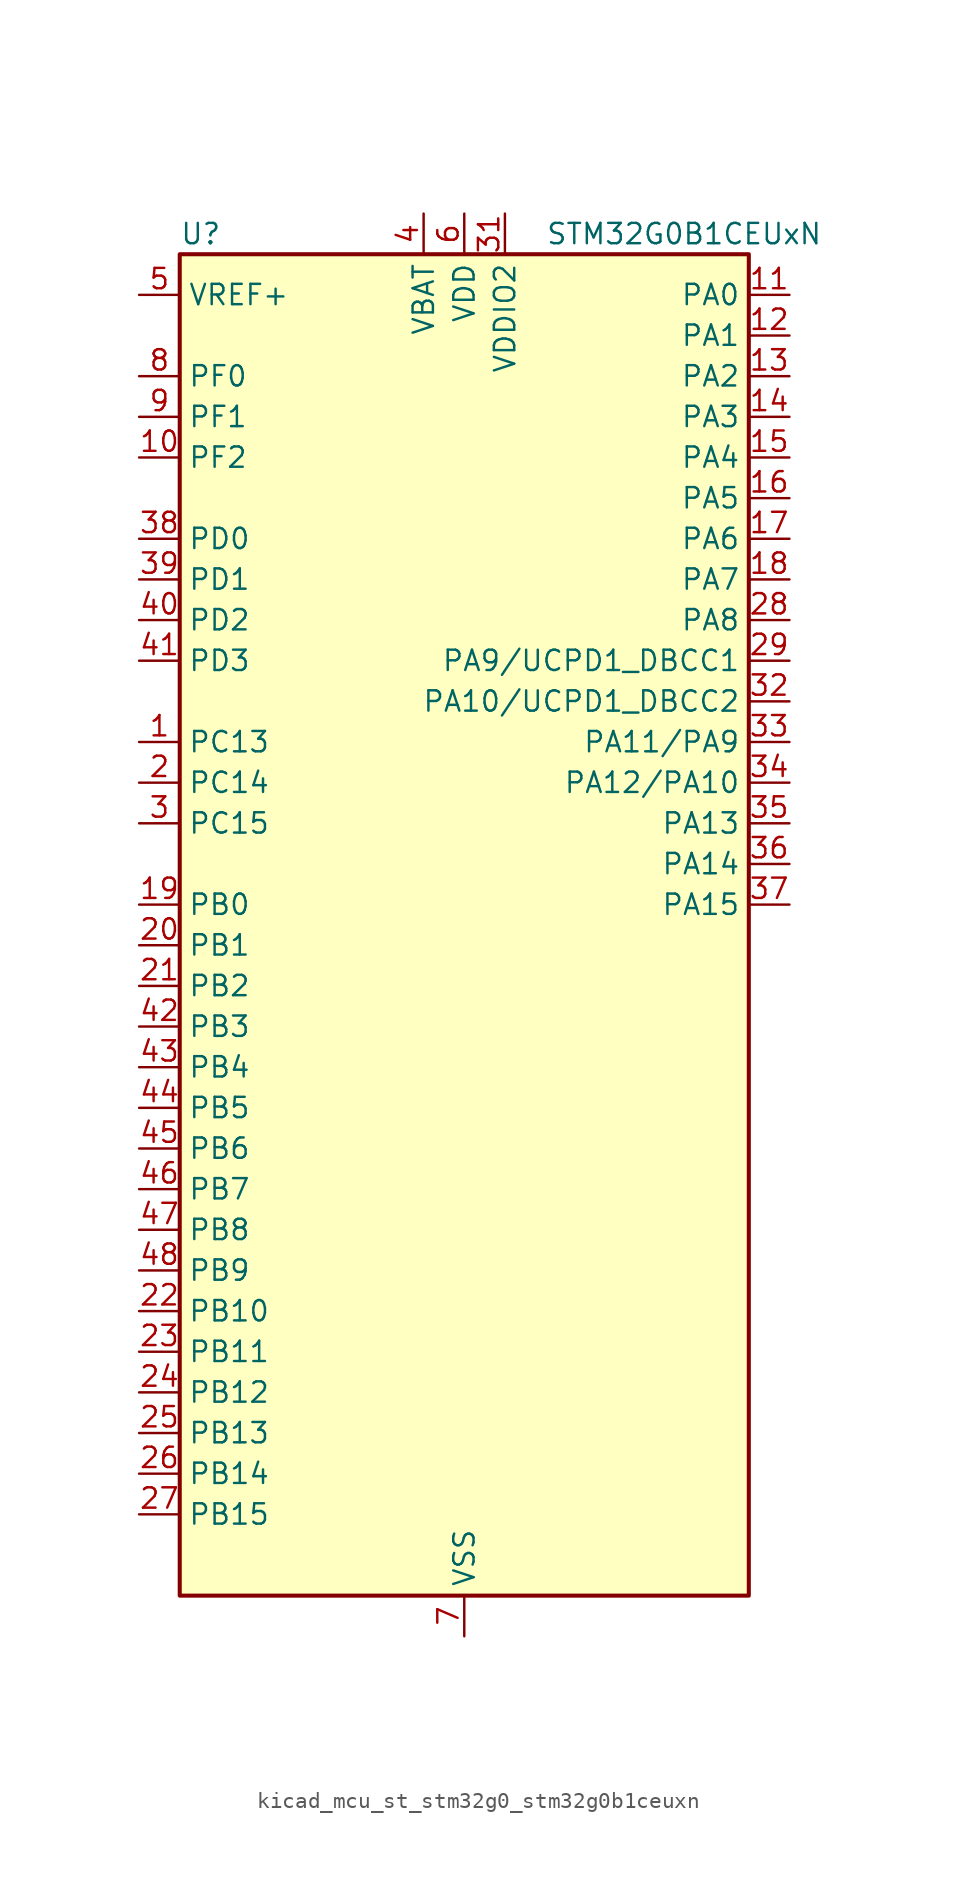
<source format=kicad_sym>
(kicad_symbol_lib
  (version 20220914)
  (generator kicad_symbol_editor)
  (symbol "kicad_mcu_st_stm32g0_stm32g0b1ceuxn"
    (property "Reference" "U"
      (at -17.78 44.45 0)
      (effects (font (size 1.27 1.27)) (justify left)))
    (property "Value" "STM32G0B1CEUxN"
      (at 5.08 44.45 0)
      (effects (font (size 1.27 1.27)) (justify left)))
    (property "ki_locked" ""
      (at 0 0 0)
      (effects (font (size 1.27 1.27))))
    (symbol "kicad_mcu_st_stm32g0_stm32g0b1ceuxn_0_1"
      (rectangle (start -17.78 -40.64) (end 17.78 43.18) (stroke (width 0.254) (type default)) (fill (type background))))
    (symbol "kicad_mcu_st_stm32g0_stm32g0b1ceuxn_1_1"
      (pin bidirectional line (at -20.32 12.7 0) (length 2.54) (name "PC13" (effects (font (size 1.27 1.27)))) (number "1" (effects (font (size 1.27 1.27)))) (alternate "RTC_OUT1" bidirectional line) (alternate "RTC_TAMP_IN1" bidirectional line) (alternate "RTC_TS" bidirectional line) (alternate "SYS_WKUP2" bidirectional line) (alternate "TIM1_BK" bidirectional line))
      (pin bidirectional line (at -20.32 30.48 0) (length 2.54) (name "PF2" (effects (font (size 1.27 1.27)))) (number "10" (effects (font (size 1.27 1.27)))) (alternate "LPUART2_DE" bidirectional line) (alternate "LPUART2_RTS" bidirectional line) (alternate "LPUART2_TX" bidirectional line) (alternate "RCC_MCO" bidirectional line))
      (pin bidirectional line (at 20.32 40.64 180) (length 2.54) (name "PA0" (effects (font (size 1.27 1.27)))) (number "11" (effects (font (size 1.27 1.27)))) (alternate "ADC1_IN0" bidirectional line) (alternate "COMP1_INM" bidirectional line) (alternate "COMP1_OUT" bidirectional line) (alternate "I2S2_CK" bidirectional line) (alternate "LPTIM1_OUT" bidirectional line) (alternate "RTC_TAMP_IN2" bidirectional line) (alternate "SPI2_SCK" bidirectional line) (alternate "SYS_WKUP1" bidirectional line) (alternate "TIM2_CH1" bidirectional line) (alternate "TIM2_ETR" bidirectional line) (alternate "UCPD2_FRSTX1" bidirectional line) (alternate "UCPD2_FRSTX2" bidirectional line) (alternate "USART2_CTS" bidirectional line) (alternate "USART2_NSS" bidirectional line) (alternate "USART4_TX" bidirectional line))
      (pin bidirectional line (at 20.32 38.1 180) (length 2.54) (name "PA1" (effects (font (size 1.27 1.27)))) (number "12" (effects (font (size 1.27 1.27)))) (alternate "ADC1_IN1" bidirectional line) (alternate "COMP1_INP" bidirectional line) (alternate "I2C1_SMBA" bidirectional line) (alternate "I2S1_CK" bidirectional line) (alternate "SPI1_SCK" bidirectional line) (alternate "TIM15_CH1N" bidirectional line) (alternate "TIM2_CH2" bidirectional line) (alternate "USART2_CK" bidirectional line) (alternate "USART2_DE" bidirectional line) (alternate "USART2_RTS" bidirectional line) (alternate "USART4_RX" bidirectional line))
      (pin bidirectional line (at 20.32 35.56 180) (length 2.54) (name "PA2" (effects (font (size 1.27 1.27)))) (number "13" (effects (font (size 1.27 1.27)))) (alternate "ADC1_IN2" bidirectional line) (alternate "COMP2_INM" bidirectional line) (alternate "COMP2_OUT" bidirectional line) (alternate "I2S1_SD" bidirectional line) (alternate "LPUART1_TX" bidirectional line) (alternate "RCC_LSCO" bidirectional line) (alternate "SPI1_MOSI" bidirectional line) (alternate "SYS_WKUP4" bidirectional line) (alternate "TIM15_CH1" bidirectional line) (alternate "TIM2_CH3" bidirectional line) (alternate "UCPD1_FRSTX1" bidirectional line) (alternate "UCPD1_FRSTX2" bidirectional line) (alternate "USART2_TX" bidirectional line))
      (pin bidirectional line (at 20.32 33.02 180) (length 2.54) (name "PA3" (effects (font (size 1.27 1.27)))) (number "14" (effects (font (size 1.27 1.27)))) (alternate "ADC1_IN3" bidirectional line) (alternate "COMP2_INP" bidirectional line) (alternate "I2S2_MCK" bidirectional line) (alternate "LPUART1_RX" bidirectional line) (alternate "SPI2_MISO" bidirectional line) (alternate "TIM15_CH2" bidirectional line) (alternate "TIM2_CH4" bidirectional line) (alternate "UCPD2_FRSTX1" bidirectional line) (alternate "UCPD2_FRSTX2" bidirectional line) (alternate "USART2_RX" bidirectional line))
      (pin bidirectional line (at 20.32 30.48 180) (length 2.54) (name "PA4" (effects (font (size 1.27 1.27)))) (number "15" (effects (font (size 1.27 1.27)))) (alternate "ADC1_IN4" bidirectional line) (alternate "DAC1_OUT1" bidirectional line) (alternate "I2S1_WS" bidirectional line) (alternate "I2S2_SD" bidirectional line) (alternate "LPTIM2_OUT" bidirectional line) (alternate "RTC_OUT2" bidirectional line) (alternate "SPI1_NSS" bidirectional line) (alternate "SPI2_MOSI" bidirectional line) (alternate "SPI3_NSS" bidirectional line) (alternate "TIM14_CH1" bidirectional line) (alternate "UCPD2_FRSTX1" bidirectional line) (alternate "UCPD2_FRSTX2" bidirectional line) (alternate "USART6_TX" bidirectional line) (alternate "USB_NOE" bidirectional line))
      (pin bidirectional line (at 20.32 27.94 180) (length 2.54) (name "PA5" (effects (font (size 1.27 1.27)))) (number "16" (effects (font (size 1.27 1.27)))) (alternate "ADC1_IN5" bidirectional line) (alternate "CEC" bidirectional line) (alternate "DAC1_OUT2" bidirectional line) (alternate "I2S1_CK" bidirectional line) (alternate "LPTIM2_ETR" bidirectional line) (alternate "SPI1_SCK" bidirectional line) (alternate "TIM2_CH1" bidirectional line) (alternate "TIM2_ETR" bidirectional line) (alternate "UCPD1_FRSTX1" bidirectional line) (alternate "UCPD1_FRSTX2" bidirectional line) (alternate "USART3_TX" bidirectional line) (alternate "USART6_RX" bidirectional line))
      (pin bidirectional line (at 20.32 25.4 180) (length 2.54) (name "PA6" (effects (font (size 1.27 1.27)))) (number "17" (effects (font (size 1.27 1.27)))) (alternate "ADC1_IN6" bidirectional line) (alternate "COMP1_OUT" bidirectional line) (alternate "I2C2_SDA" bidirectional line) (alternate "I2C3_SDA" bidirectional line) (alternate "I2S1_MCK" bidirectional line) (alternate "LPUART1_CTS" bidirectional line) (alternate "SPI1_MISO" bidirectional line) (alternate "TIM16_CH1" bidirectional line) (alternate "TIM1_BK" bidirectional line) (alternate "TIM3_CH1" bidirectional line) (alternate "USART3_CTS" bidirectional line) (alternate "USART3_NSS" bidirectional line) (alternate "USART6_CTS" bidirectional line) (alternate "USART6_NSS" bidirectional line))
      (pin bidirectional line (at 20.32 22.86 180) (length 2.54) (name "PA7" (effects (font (size 1.27 1.27)))) (number "18" (effects (font (size 1.27 1.27)))) (alternate "ADC1_IN7" bidirectional line) (alternate "COMP2_OUT" bidirectional line) (alternate "I2C2_SCL" bidirectional line) (alternate "I2C3_SCL" bidirectional line) (alternate "I2S1_SD" bidirectional line) (alternate "SPI1_MOSI" bidirectional line) (alternate "TIM14_CH1" bidirectional line) (alternate "TIM17_CH1" bidirectional line) (alternate "TIM1_CH1N" bidirectional line) (alternate "TIM3_CH2" bidirectional line) (alternate "UCPD1_FRSTX1" bidirectional line) (alternate "UCPD1_FRSTX2" bidirectional line) (alternate "USART6_CK" bidirectional line) (alternate "USART6_DE" bidirectional line) (alternate "USART6_RTS" bidirectional line))
      (pin bidirectional line (at -20.32 2.54 0) (length 2.54) (name "PB0" (effects (font (size 1.27 1.27)))) (number "19" (effects (font (size 1.27 1.27)))) (alternate "ADC1_IN8" bidirectional line) (alternate "COMP1_OUT" bidirectional line) (alternate "COMP3_INP" bidirectional line) (alternate "FDCAN2_RX" bidirectional line) (alternate "I2S1_WS" bidirectional line) (alternate "LPTIM1_OUT" bidirectional line) (alternate "LPUART2_CTS" bidirectional line) (alternate "SPI1_NSS" bidirectional line) (alternate "TIM1_CH2N" bidirectional line) (alternate "TIM3_CH3" bidirectional line) (alternate "UCPD1_FRSTX1" bidirectional line) (alternate "UCPD1_FRSTX2" bidirectional line) (alternate "USART3_RX" bidirectional line) (alternate "USART5_TX" bidirectional line))
      (pin bidirectional line (at -20.32 10.16 0) (length 2.54) (name "PC14" (effects (font (size 1.27 1.27)))) (number "2" (effects (font (size 1.27 1.27)))) (alternate "RCC_OSC32_IN" bidirectional line) (alternate "TIM1_BK2" bidirectional line))
      (pin bidirectional line (at -20.32 0 0) (length 2.54) (name "PB1" (effects (font (size 1.27 1.27)))) (number "20" (effects (font (size 1.27 1.27)))) (alternate "ADC1_IN9" bidirectional line) (alternate "COMP1_INM" bidirectional line) (alternate "COMP3_OUT" bidirectional line) (alternate "FDCAN2_TX" bidirectional line) (alternate "LPTIM2_IN1" bidirectional line) (alternate "LPUART1_DE" bidirectional line) (alternate "LPUART1_RTS" bidirectional line) (alternate "LPUART2_DE" bidirectional line) (alternate "LPUART2_RTS" bidirectional line) (alternate "TIM14_CH1" bidirectional line) (alternate "TIM1_CH3N" bidirectional line) (alternate "TIM3_CH4" bidirectional line) (alternate "USART3_CK" bidirectional line) (alternate "USART3_DE" bidirectional line) (alternate "USART3_RTS" bidirectional line) (alternate "USART5_RX" bidirectional line))
      (pin bidirectional line (at -20.32 -2.54 0) (length 2.54) (name "PB2" (effects (font (size 1.27 1.27)))) (number "21" (effects (font (size 1.27 1.27)))) (alternate "ADC1_IN10" bidirectional line) (alternate "COMP1_INP" bidirectional line) (alternate "COMP3_INM" bidirectional line) (alternate "I2S2_MCK" bidirectional line) (alternate "LPTIM1_OUT" bidirectional line) (alternate "RCC_MCO_2" bidirectional line) (alternate "SPI2_MISO" bidirectional line) (alternate "USART3_TX" bidirectional line))
      (pin bidirectional line (at -20.32 -22.86 0) (length 2.54) (name "PB10" (effects (font (size 1.27 1.27)))) (number "22" (effects (font (size 1.27 1.27)))) (alternate "ADC1_IN11" bidirectional line) (alternate "CEC" bidirectional line) (alternate "COMP1_OUT" bidirectional line) (alternate "I2C2_SCL" bidirectional line) (alternate "I2S2_CK" bidirectional line) (alternate "LPUART1_RX" bidirectional line) (alternate "SPI2_SCK" bidirectional line) (alternate "TIM2_CH3" bidirectional line) (alternate "USART3_TX" bidirectional line))
      (pin bidirectional line (at -20.32 -25.4 0) (length 2.54) (name "PB11" (effects (font (size 1.27 1.27)))) (number "23" (effects (font (size 1.27 1.27)))) (alternate "ADC1_EXTI11" bidirectional line) (alternate "ADC1_IN15" bidirectional line) (alternate "COMP2_OUT" bidirectional line) (alternate "I2C2_SDA" bidirectional line) (alternate "I2S2_SD" bidirectional line) (alternate "LPUART1_TX" bidirectional line) (alternate "SPI2_MOSI" bidirectional line) (alternate "TIM2_CH4" bidirectional line) (alternate "USART3_RX" bidirectional line))
      (pin bidirectional line (at -20.32 -27.94 0) (length 2.54) (name "PB12" (effects (font (size 1.27 1.27)))) (number "24" (effects (font (size 1.27 1.27)))) (alternate "ADC1_IN16" bidirectional line) (alternate "FDCAN2_RX" bidirectional line) (alternate "I2C2_SMBA" bidirectional line) (alternate "I2S2_WS" bidirectional line) (alternate "LPUART1_DE" bidirectional line) (alternate "LPUART1_RTS" bidirectional line) (alternate "SPI2_NSS" bidirectional line) (alternate "TIM15_BK" bidirectional line) (alternate "TIM1_BK" bidirectional line) (alternate "UCPD2_FRSTX1" bidirectional line) (alternate "UCPD2_FRSTX2" bidirectional line))
      (pin bidirectional line (at -20.32 -30.48 0) (length 2.54) (name "PB13" (effects (font (size 1.27 1.27)))) (number "25" (effects (font (size 1.27 1.27)))) (alternate "FDCAN2_TX" bidirectional line) (alternate "I2C2_SCL" bidirectional line) (alternate "I2S2_CK" bidirectional line) (alternate "LPUART1_CTS" bidirectional line) (alternate "SPI2_SCK" bidirectional line) (alternate "TIM15_CH1N" bidirectional line) (alternate "TIM1_CH1N" bidirectional line) (alternate "USART3_CTS" bidirectional line) (alternate "USART3_NSS" bidirectional line))
      (pin bidirectional line (at -20.32 -33.02 0) (length 2.54) (name "PB14" (effects (font (size 1.27 1.27)))) (number "26" (effects (font (size 1.27 1.27)))) (alternate "I2C2_SDA" bidirectional line) (alternate "I2S2_MCK" bidirectional line) (alternate "SPI2_MISO" bidirectional line) (alternate "TIM15_CH1" bidirectional line) (alternate "TIM1_CH2N" bidirectional line) (alternate "UCPD1_FRSTX1" bidirectional line) (alternate "UCPD1_FRSTX2" bidirectional line) (alternate "USART3_CK" bidirectional line) (alternate "USART3_DE" bidirectional line) (alternate "USART3_RTS" bidirectional line) (alternate "USART6_CK" bidirectional line) (alternate "USART6_DE" bidirectional line) (alternate "USART6_RTS" bidirectional line))
      (pin bidirectional line (at -20.32 -35.56 0) (length 2.54) (name "PB15" (effects (font (size 1.27 1.27)))) (number "27" (effects (font (size 1.27 1.27)))) (alternate "I2S2_SD" bidirectional line) (alternate "RTC_REFIN" bidirectional line) (alternate "SPI2_MOSI" bidirectional line) (alternate "TIM15_CH1N" bidirectional line) (alternate "TIM15_CH2" bidirectional line) (alternate "TIM1_CH3N" bidirectional line) (alternate "UCPD1_CC2" bidirectional line) (alternate "USART6_CTS" bidirectional line) (alternate "USART6_NSS" bidirectional line))
      (pin bidirectional line (at 20.32 20.32 180) (length 2.54) (name "PA8" (effects (font (size 1.27 1.27)))) (number "28" (effects (font (size 1.27 1.27)))) (alternate "CRS1_SYNC" bidirectional line) (alternate "I2C2_SMBA" bidirectional line) (alternate "I2S2_WS" bidirectional line) (alternate "LPTIM2_OUT" bidirectional line) (alternate "RCC_MCO" bidirectional line) (alternate "SPI2_NSS" bidirectional line) (alternate "TIM1_CH1" bidirectional line) (alternate "UCPD1_CC1" bidirectional line))
      (pin bidirectional line (at 20.32 17.78 180) (length 2.54) (name "PA9/UCPD1_DBCC1" (effects (font (size 1.27 1.27)))) (number "29" (effects (font (size 1.27 1.27)))) (alternate "DAC1_EXTI9" bidirectional line) (alternate "I2C1_SCL" bidirectional line) (alternate "I2C2_SCL" bidirectional line) (alternate "I2S2_MCK" bidirectional line) (alternate "RCC_MCO" bidirectional line) (alternate "SPI2_MISO" bidirectional line) (alternate "TIM15_BK" bidirectional line) (alternate "TIM1_CH2" bidirectional line) (alternate "UCPD1_DBCC1" bidirectional line) (alternate "USART1_TX" bidirectional line))
      (pin bidirectional line (at -20.32 7.62 0) (length 2.54) (name "PC15" (effects (font (size 1.27 1.27)))) (number "3" (effects (font (size 1.27 1.27)))) (alternate "RCC_OSC32_EN" bidirectional line) (alternate "RCC_OSC32_OUT" bidirectional line) (alternate "RCC_OSC_EN" bidirectional line) (alternate "TIM15_BK" bidirectional line))
      (pin passive line (at 0 -43.18 90) (length 2.54) hide (name "VSS" (effects (font (size 1.27 1.27)))) (number "30" (effects (font (size 1.27 1.27)))))
      (pin power_in line (at 2.54 45.72 270) (length 2.54) (name "VDDIO2" (effects (font (size 1.27 1.27)))) (number "31" (effects (font (size 1.27 1.27)))))
      (pin bidirectional line (at 20.32 15.24 180) (length 2.54) (name "PA10/UCPD1_DBCC2" (effects (font (size 1.27 1.27)))) (number "32" (effects (font (size 1.27 1.27)))) (alternate "I2C1_SDA" bidirectional line) (alternate "I2C2_SDA" bidirectional line) (alternate "I2S2_SD" bidirectional line) (alternate "RCC_MCO_2" bidirectional line) (alternate "SPI2_MOSI" bidirectional line) (alternate "TIM17_BK" bidirectional line) (alternate "TIM1_CH3" bidirectional line) (alternate "UCPD1_DBCC2" bidirectional line) (alternate "USART1_RX" bidirectional line))
      (pin bidirectional line (at 20.32 12.7 180) (length 2.54) (name "PA11/PA9" (effects (font (size 1.27 1.27)))) (number "33" (effects (font (size 1.27 1.27)))) (alternate "ADC1_EXTI11" bidirectional line) (alternate "COMP1_OUT" bidirectional line) (alternate "FDCAN1_RX" bidirectional line) (alternate "I2C2_SCL" bidirectional line) (alternate "I2S1_MCK" bidirectional line) (alternate "SPI1_MISO" bidirectional line) (alternate "TIM1_BK2" bidirectional line) (alternate "TIM1_CH4" bidirectional line) (alternate "USART1_CTS" bidirectional line) (alternate "USART1_NSS" bidirectional line) (alternate "USB_DM" bidirectional line))
      (pin bidirectional line (at 20.32 10.16 180) (length 2.54) (name "PA12/PA10" (effects (font (size 1.27 1.27)))) (number "34" (effects (font (size 1.27 1.27)))) (alternate "COMP2_OUT" bidirectional line) (alternate "FDCAN1_TX" bidirectional line) (alternate "I2C2_SDA" bidirectional line) (alternate "I2S1_SD" bidirectional line) (alternate "I2S_CKIN" bidirectional line) (alternate "SPI1_MOSI" bidirectional line) (alternate "TIM1_ETR" bidirectional line) (alternate "USART1_CK" bidirectional line) (alternate "USART1_DE" bidirectional line) (alternate "USART1_RTS" bidirectional line) (alternate "USB_DP" bidirectional line))
      (pin bidirectional line (at 20.32 7.62 180) (length 2.54) (name "PA13" (effects (font (size 1.27 1.27)))) (number "35" (effects (font (size 1.27 1.27)))) (alternate "IR_OUT" bidirectional line) (alternate "LPUART2_RX" bidirectional line) (alternate "SYS_SWDIO" bidirectional line) (alternate "USB_NOE" bidirectional line))
      (pin bidirectional line (at 20.32 5.08 180) (length 2.54) (name "PA14" (effects (font (size 1.27 1.27)))) (number "36" (effects (font (size 1.27 1.27)))) (alternate "LPUART2_TX" bidirectional line) (alternate "SYS_SWCLK" bidirectional line) (alternate "USART2_TX" bidirectional line))
      (pin bidirectional line (at 20.32 2.54 180) (length 2.54) (name "PA15" (effects (font (size 1.27 1.27)))) (number "37" (effects (font (size 1.27 1.27)))) (alternate "I2C2_SMBA" bidirectional line) (alternate "I2S1_WS" bidirectional line) (alternate "RCC_MCO_2" bidirectional line) (alternate "SPI1_NSS" bidirectional line) (alternate "SPI3_NSS" bidirectional line) (alternate "TIM2_CH1" bidirectional line) (alternate "TIM2_ETR" bidirectional line) (alternate "USART2_RX" bidirectional line) (alternate "USART3_CK" bidirectional line) (alternate "USART3_DE" bidirectional line) (alternate "USART3_RTS" bidirectional line) (alternate "USART4_CK" bidirectional line) (alternate "USART4_DE" bidirectional line) (alternate "USART4_RTS" bidirectional line) (alternate "USB_NOE" bidirectional line))
      (pin bidirectional line (at -20.32 25.4 0) (length 2.54) (name "PD0" (effects (font (size 1.27 1.27)))) (number "38" (effects (font (size 1.27 1.27)))) (alternate "FDCAN1_RX" bidirectional line) (alternate "I2S2_WS" bidirectional line) (alternate "SPI2_NSS" bidirectional line) (alternate "TIM16_CH1" bidirectional line) (alternate "UCPD2_CC1" bidirectional line))
      (pin bidirectional line (at -20.32 22.86 0) (length 2.54) (name "PD1" (effects (font (size 1.27 1.27)))) (number "39" (effects (font (size 1.27 1.27)))) (alternate "FDCAN1_TX" bidirectional line) (alternate "I2S2_CK" bidirectional line) (alternate "SPI2_SCK" bidirectional line) (alternate "TIM17_CH1" bidirectional line) (alternate "UCPD2_DBCC1" bidirectional line))
      (pin power_in line (at -2.54 45.72 270) (length 2.54) (name "VBAT" (effects (font (size 1.27 1.27)))) (number "4" (effects (font (size 1.27 1.27)))))
      (pin bidirectional line (at -20.32 20.32 0) (length 2.54) (name "PD2" (effects (font (size 1.27 1.27)))) (number "40" (effects (font (size 1.27 1.27)))) (alternate "TIM1_CH1N" bidirectional line) (alternate "TIM3_ETR" bidirectional line) (alternate "UCPD2_CC2" bidirectional line) (alternate "USART3_CK" bidirectional line) (alternate "USART3_DE" bidirectional line) (alternate "USART3_RTS" bidirectional line) (alternate "USART5_RX" bidirectional line))
      (pin bidirectional line (at -20.32 17.78 0) (length 2.54) (name "PD3" (effects (font (size 1.27 1.27)))) (number "41" (effects (font (size 1.27 1.27)))) (alternate "I2S2_MCK" bidirectional line) (alternate "SPI2_MISO" bidirectional line) (alternate "TIM1_CH2N" bidirectional line) (alternate "UCPD2_DBCC2" bidirectional line) (alternate "USART2_CTS" bidirectional line) (alternate "USART2_NSS" bidirectional line) (alternate "USART5_TX" bidirectional line))
      (pin bidirectional line (at -20.32 -5.08 0) (length 2.54) (name "PB3" (effects (font (size 1.27 1.27)))) (number "42" (effects (font (size 1.27 1.27)))) (alternate "COMP2_INM" bidirectional line) (alternate "I2C2_SCL" bidirectional line) (alternate "I2C3_SCL" bidirectional line) (alternate "I2S1_CK" bidirectional line) (alternate "SPI1_SCK" bidirectional line) (alternate "SPI3_SCK" bidirectional line) (alternate "TIM1_CH2" bidirectional line) (alternate "TIM2_CH2" bidirectional line) (alternate "USART1_CK" bidirectional line) (alternate "USART1_DE" bidirectional line) (alternate "USART1_RTS" bidirectional line) (alternate "USART5_TX" bidirectional line))
      (pin bidirectional line (at -20.32 -7.62 0) (length 2.54) (name "PB4" (effects (font (size 1.27 1.27)))) (number "43" (effects (font (size 1.27 1.27)))) (alternate "COMP2_INP" bidirectional line) (alternate "I2C2_SDA" bidirectional line) (alternate "I2C3_SDA" bidirectional line) (alternate "I2S1_MCK" bidirectional line) (alternate "SPI1_MISO" bidirectional line) (alternate "SPI3_MISO" bidirectional line) (alternate "TIM17_BK" bidirectional line) (alternate "TIM3_CH1" bidirectional line) (alternate "USART1_CTS" bidirectional line) (alternate "USART1_NSS" bidirectional line) (alternate "USART5_RX" bidirectional line))
      (pin bidirectional line (at -20.32 -10.16 0) (length 2.54) (name "PB5" (effects (font (size 1.27 1.27)))) (number "44" (effects (font (size 1.27 1.27)))) (alternate "COMP2_OUT" bidirectional line) (alternate "FDCAN2_RX" bidirectional line) (alternate "I2C1_SMBA" bidirectional line) (alternate "I2S1_SD" bidirectional line) (alternate "LPTIM1_IN1" bidirectional line) (alternate "SPI1_MOSI" bidirectional line) (alternate "SPI3_MOSI" bidirectional line) (alternate "SYS_WKUP6" bidirectional line) (alternate "TIM16_BK" bidirectional line) (alternate "TIM3_CH2" bidirectional line) (alternate "USART5_CK" bidirectional line) (alternate "USART5_DE" bidirectional line) (alternate "USART5_RTS" bidirectional line))
      (pin bidirectional line (at -20.32 -12.7 0) (length 2.54) (name "PB6" (effects (font (size 1.27 1.27)))) (number "45" (effects (font (size 1.27 1.27)))) (alternate "COMP2_INP" bidirectional line) (alternate "FDCAN2_TX" bidirectional line) (alternate "I2C1_SCL" bidirectional line) (alternate "I2S2_MCK" bidirectional line) (alternate "LPTIM1_ETR" bidirectional line) (alternate "LPUART2_TX" bidirectional line) (alternate "SPI2_MISO" bidirectional line) (alternate "TIM16_CH1N" bidirectional line) (alternate "TIM1_CH3" bidirectional line) (alternate "TIM4_CH1" bidirectional line) (alternate "USART1_TX" bidirectional line) (alternate "USART5_CTS" bidirectional line) (alternate "USART5_NSS" bidirectional line))
      (pin bidirectional line (at -20.32 -15.24 0) (length 2.54) (name "PB7" (effects (font (size 1.27 1.27)))) (number "46" (effects (font (size 1.27 1.27)))) (alternate "COMP2_INM" bidirectional line) (alternate "I2C1_SDA" bidirectional line) (alternate "I2S2_SD" bidirectional line) (alternate "LPTIM1_IN2" bidirectional line) (alternate "LPUART2_RX" bidirectional line) (alternate "SPI2_MOSI" bidirectional line) (alternate "SYS_PVD_IN" bidirectional line) (alternate "TIM17_CH1N" bidirectional line) (alternate "TIM4_CH2" bidirectional line) (alternate "USART1_RX" bidirectional line) (alternate "USART4_CTS" bidirectional line) (alternate "USART4_NSS" bidirectional line))
      (pin bidirectional line (at -20.32 -17.78 0) (length 2.54) (name "PB8" (effects (font (size 1.27 1.27)))) (number "47" (effects (font (size 1.27 1.27)))) (alternate "CEC" bidirectional line) (alternate "FDCAN1_RX" bidirectional line) (alternate "I2C1_SCL" bidirectional line) (alternate "I2S2_CK" bidirectional line) (alternate "SPI2_SCK" bidirectional line) (alternate "TIM15_BK" bidirectional line) (alternate "TIM16_CH1" bidirectional line) (alternate "TIM4_CH3" bidirectional line) (alternate "USART3_TX" bidirectional line) (alternate "USART6_TX" bidirectional line))
      (pin bidirectional line (at -20.32 -20.32 0) (length 2.54) (name "PB9" (effects (font (size 1.27 1.27)))) (number "48" (effects (font (size 1.27 1.27)))) (alternate "DAC1_EXTI9" bidirectional line) (alternate "FDCAN1_TX" bidirectional line) (alternate "I2C1_SDA" bidirectional line) (alternate "I2S2_WS" bidirectional line) (alternate "IR_OUT" bidirectional line) (alternate "SPI2_NSS" bidirectional line) (alternate "TIM17_CH1" bidirectional line) (alternate "TIM4_CH4" bidirectional line) (alternate "UCPD2_FRSTX1" bidirectional line) (alternate "UCPD2_FRSTX2" bidirectional line) (alternate "USART3_RX" bidirectional line) (alternate "USART6_RX" bidirectional line))
      (pin passive line (at 0 -43.18 90) (length 2.54) hide (name "VSS" (effects (font (size 1.27 1.27)))) (number "49" (effects (font (size 1.27 1.27)))))
      (pin input line (at -20.32 40.64 0) (length 2.54) (name "VREF+" (effects (font (size 1.27 1.27)))) (number "5" (effects (font (size 1.27 1.27)))) (alternate "VREFBUF_OUT" bidirectional line))
      (pin power_in line (at 0 45.72 270) (length 2.54) (name "VDD" (effects (font (size 1.27 1.27)))) (number "6" (effects (font (size 1.27 1.27)))))
      (pin power_in line (at 0 -43.18 90) (length 2.54) (name "VSS" (effects (font (size 1.27 1.27)))) (number "7" (effects (font (size 1.27 1.27)))))
      (pin bidirectional line (at -20.32 35.56 0) (length 2.54) (name "PF0" (effects (font (size 1.27 1.27)))) (number "8" (effects (font (size 1.27 1.27)))) (alternate "CRS1_SYNC" bidirectional line) (alternate "RCC_OSC_IN" bidirectional line) (alternate "TIM14_CH1" bidirectional line))
      (pin bidirectional line (at -20.32 33.02 0) (length 2.54) (name "PF1" (effects (font (size 1.27 1.27)))) (number "9" (effects (font (size 1.27 1.27)))) (alternate "RCC_OSC_EN" bidirectional line) (alternate "RCC_OSC_OUT" bidirectional line) (alternate "TIM15_CH1N" bidirectional line)))))
</source>
